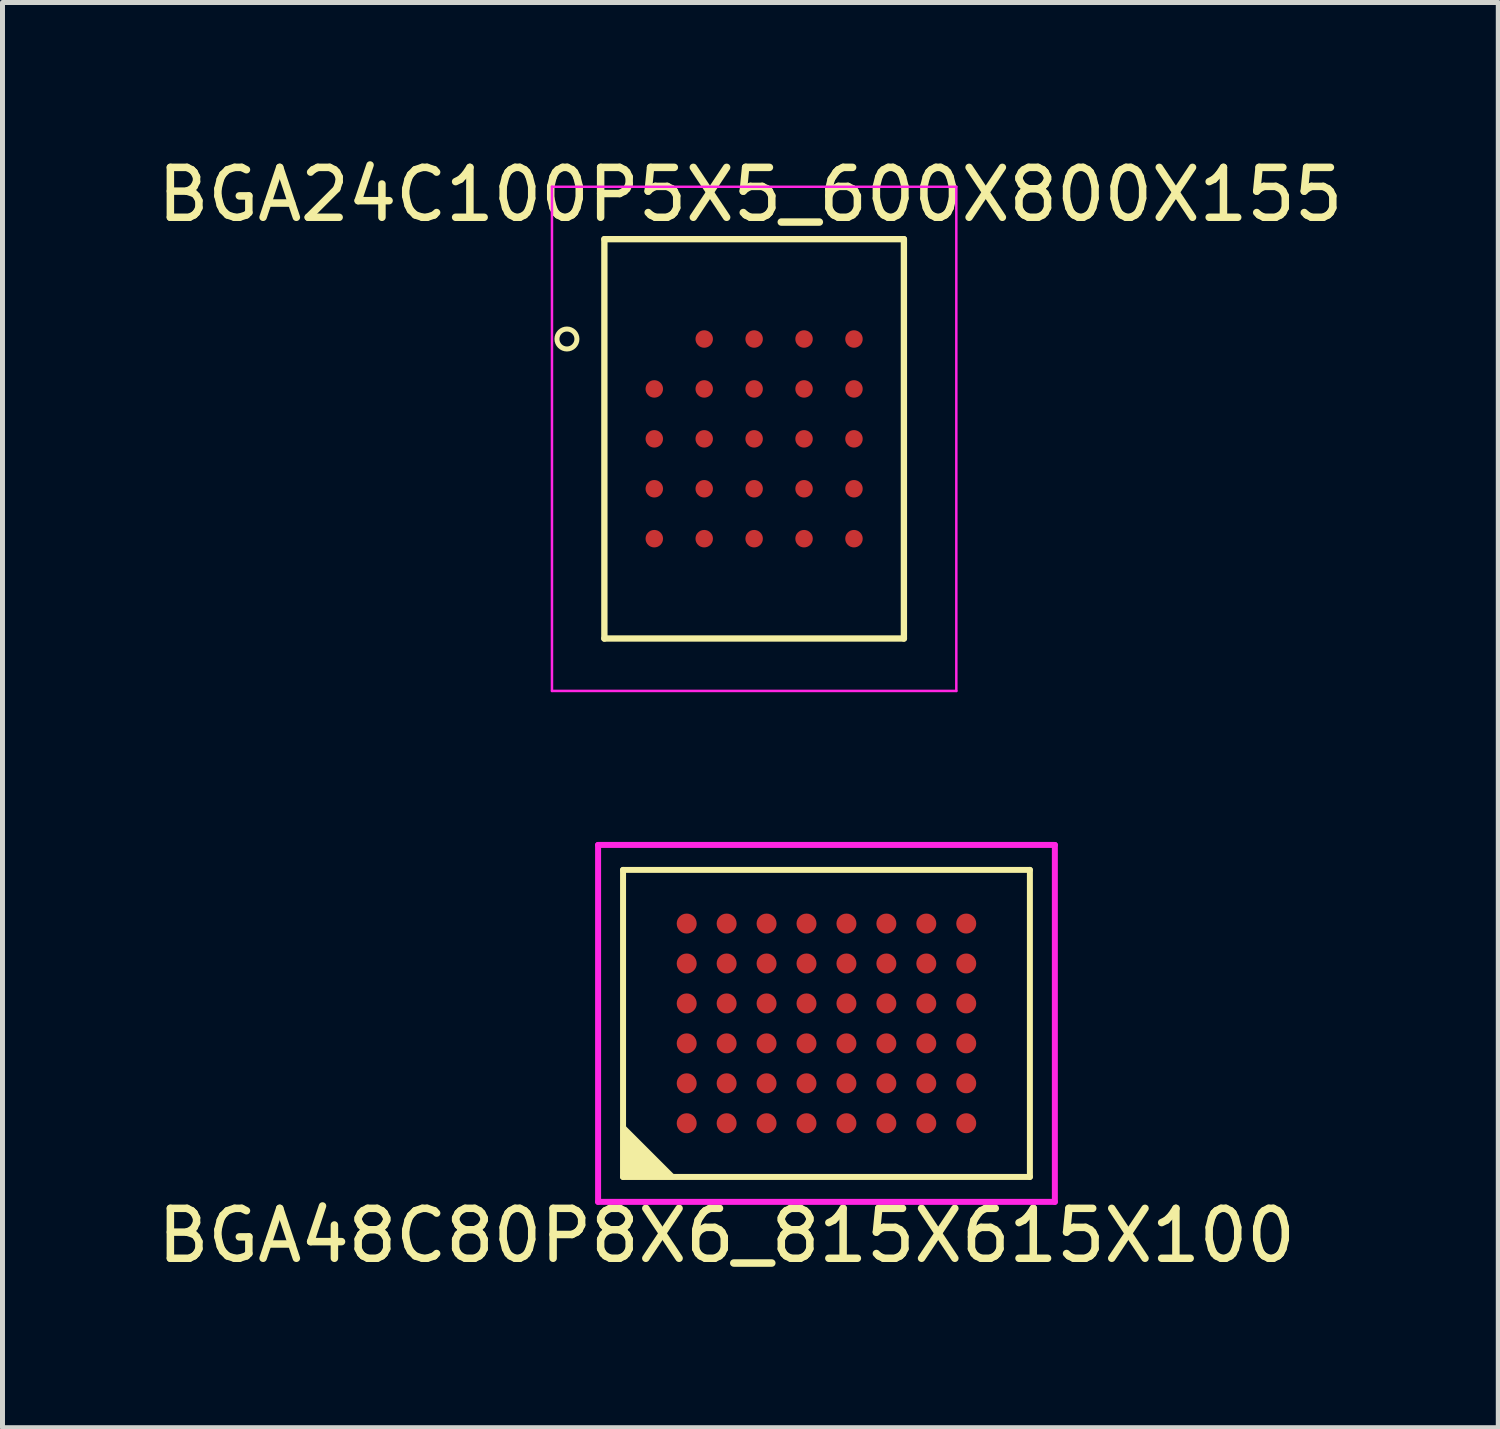
<source format=kicad_pcb>
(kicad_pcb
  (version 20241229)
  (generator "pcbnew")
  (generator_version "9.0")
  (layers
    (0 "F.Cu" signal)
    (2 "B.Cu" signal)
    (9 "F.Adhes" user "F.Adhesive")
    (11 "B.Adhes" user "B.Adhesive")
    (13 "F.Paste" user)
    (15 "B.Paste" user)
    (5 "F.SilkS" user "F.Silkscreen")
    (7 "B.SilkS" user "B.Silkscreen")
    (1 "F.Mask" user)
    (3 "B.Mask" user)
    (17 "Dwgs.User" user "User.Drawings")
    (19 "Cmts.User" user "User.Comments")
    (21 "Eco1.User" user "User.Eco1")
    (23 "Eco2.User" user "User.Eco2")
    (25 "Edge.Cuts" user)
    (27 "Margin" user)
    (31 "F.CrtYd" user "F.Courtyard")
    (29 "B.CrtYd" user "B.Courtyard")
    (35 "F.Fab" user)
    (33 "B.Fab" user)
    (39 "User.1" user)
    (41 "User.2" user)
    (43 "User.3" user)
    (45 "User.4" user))
  (footprint "BGA24C100P5X5_600X800X155"
    (layer "F.Cu")
    (at 12.057 5.741)
    (property "Reference" "BGA24C100P5X5_600X800X155" (at -0.075 -4.893 0) (layer "F.SilkS") (effects (font (size 1 1) (thickness 0.15))))
    (attr through_hole)
    (fp_line (start -3 -4) (end 3 -4) (stroke (width 0.127) (type solid)) (layer "F.SilkS"))
    (fp_line (start -3 4) (end -3 -4) (stroke (width 0.127) (type solid)) (layer "F.SilkS"))
    (fp_line (start 3 -4) (end 3 4) (stroke (width 0.127) (type solid)) (layer "F.SilkS"))
    (fp_line (start 3 4) (end -3 4) (stroke (width 0.127) (type solid)) (layer "F.SilkS"))
    (fp_circle (center -3.75 -2) (end -3.55 -2) (stroke (width 0.1) (type solid)) (fill no) (layer "F.SilkS"))
    (fp_line (start -4.05 -5.05) (end 4.05 -5.05) (stroke (width 0.05) (type solid)) (layer "F.CrtYd"))
    (fp_line (start -4.05 5.05) (end -4.05 -5.05) (stroke (width 0.05) (type solid)) (layer "F.CrtYd"))
    (fp_line (start 4.05 -5.05) (end 4.05 5.05) (stroke (width 0.05) (type solid)) (layer "F.CrtYd"))
    (fp_line (start 4.05 5.05) (end -4.05 5.05) (stroke (width 0.05) (type solid)) (layer "F.CrtYd"))
    (pad "A2" smd circle (at -1 -2) (size 0.35 0.35) (layers "F.Cu" "F.Mask" "F.Paste"))
    (pad "A3" smd circle (at 0 -2) (size 0.35 0.35) (layers "F.Cu" "F.Mask" "F.Paste"))
    (pad "A4" smd circle (at 1 -2) (size 0.35 0.35) (layers "F.Cu" "F.Mask" "F.Paste"))
    (pad "A5" smd circle (at 2 -2) (size 0.35 0.35) (layers "F.Cu" "F.Mask" "F.Paste"))
    (pad "B1" smd circle (at -2 -1) (size 0.35 0.35) (layers "F.Cu" "F.Mask" "F.Paste"))
    (pad "B2" smd circle (at -1 -1) (size 0.35 0.35) (layers "F.Cu" "F.Mask" "F.Paste"))
    (pad "B3" smd circle (at 0 -1) (size 0.35 0.35) (layers "F.Cu" "F.Mask" "F.Paste"))
    (pad "B4" smd circle (at 1 -1) (size 0.35 0.35) (layers "F.Cu" "F.Mask" "F.Paste"))
    (pad "B5" smd circle (at 2 -1) (size 0.35 0.35) (layers "F.Cu" "F.Mask" "F.Paste"))
    (pad "C1" smd circle (at -2 0) (size 0.35 0.35) (layers "F.Cu" "F.Mask" "F.Paste"))
    (pad "C2" smd circle (at -1 0) (size 0.35 0.35) (layers "F.Cu" "F.Mask" "F.Paste"))
    (pad "C3" smd circle (at 0 0) (size 0.35 0.35) (layers "F.Cu" "F.Mask" "F.Paste"))
    (pad "C4" smd circle (at 1 0) (size 0.35 0.35) (layers "F.Cu" "F.Mask" "F.Paste"))
    (pad "C5" smd circle (at 2 0) (size 0.35 0.35) (layers "F.Cu" "F.Mask" "F.Paste"))
    (pad "D1" smd circle (at -2 1) (size 0.35 0.35) (layers "F.Cu" "F.Mask" "F.Paste"))
    (pad "D2" smd circle (at -1 1) (size 0.35 0.35) (layers "F.Cu" "F.Mask" "F.Paste"))
    (pad "D3" smd circle (at 0 1) (size 0.35 0.35) (layers "F.Cu" "F.Mask" "F.Paste"))
    (pad "D4" smd circle (at 1 1) (size 0.35 0.35) (layers "F.Cu" "F.Mask" "F.Paste"))
    (pad "D5" smd circle (at 2 1) (size 0.35 0.35) (layers "F.Cu" "F.Mask" "F.Paste"))
    (pad "E1" smd circle (at -2 2) (size 0.35 0.35) (layers "F.Cu" "F.Mask" "F.Paste"))
    (pad "E2" smd circle (at -1 2) (size 0.35 0.35) (layers "F.Cu" "F.Mask" "F.Paste"))
    (pad "E3" smd circle (at 0 2) (size 0.35 0.35) (layers "F.Cu" "F.Mask" "F.Paste"))
    (pad "E4" smd circle (at 1 2) (size 0.35 0.35) (layers "F.Cu" "F.Mask" "F.Paste"))
    (pad "E5" smd circle (at 2 2) (size 0.35 0.35) (layers "F.Cu" "F.Mask" "F.Paste")))
  (footprint "BGA48C80P8X6_815X615X100"
    (layer "F.Cu")
    (at 13.506 17.451)
    (property "Reference" "BGA48C80P8X6_815X615X100" (at -2 4.25 0) (layer "F.SilkS") (effects (font (size 1 1) (thickness 0.15))))
    (attr through_hole)
    (fp_line (start -4.075 -3.075) (end 4.075 -3.075) (stroke (width 0.12) (type solid)) (layer "F.SilkS"))
    (fp_line (start -4.075 3.075) (end -4.075 -3.075) (stroke (width 0.12) (type solid)) (layer "F.SilkS"))
    (fp_line (start 4.075 -3.075) (end 4.075 3.075) (stroke (width 0.12) (type solid)) (layer "F.SilkS"))
    (fp_line (start 4.075 3.075) (end -4.075 3.075) (stroke (width 0.12) (type solid)) (layer "F.SilkS"))
    (fp_poly (pts (xy -3.075 3.075) (xy -4.075 3.075) (xy -4.075 2.075)) (stroke (width 0.1) (type solid)) (fill yes) (layer "F.SilkS"))
    (fp_line (start -4.575 -3.575) (end 4.575 -3.575) (stroke (width 0.12) (type solid)) (layer "F.CrtYd"))
    (fp_line (start -4.575 3.575) (end -4.575 -3.575) (stroke (width 0.12) (type solid)) (layer "F.CrtYd"))
    (fp_line (start 4.575 -3.575) (end 4.575 3.575) (stroke (width 0.12) (type solid)) (layer "F.CrtYd"))
    (fp_line (start 4.575 3.575) (end -4.575 3.575) (stroke (width 0.12) (type solid)) (layer "F.CrtYd"))
    (pad "A1" smd circle (at -2.8 2) (size 0.4 0.4) (layers "F.Cu" "F.Mask" "F.Paste"))
    (pad "A2" smd circle (at -2.8 1.2) (size 0.4 0.4) (layers "F.Cu" "F.Mask" "F.Paste"))
    (pad "A3" smd circle (at -2.8 0.4) (size 0.4 0.4) (layers "F.Cu" "F.Mask" "F.Paste"))
    (pad "A4" smd circle (at -2.8 -0.4) (size 0.4 0.4) (layers "F.Cu" "F.Mask" "F.Paste"))
    (pad "A5" smd circle (at -2.8 -1.2) (size 0.4 0.4) (layers "F.Cu" "F.Mask" "F.Paste"))
    (pad "A6" smd circle (at -2.8 -2) (size 0.4 0.4) (layers "F.Cu" "F.Mask" "F.Paste"))
    (pad "B1" smd circle (at -2 2) (size 0.4 0.4) (layers "F.Cu" "F.Mask" "F.Paste"))
    (pad "B2" smd circle (at -2 1.2) (size 0.4 0.4) (layers "F.Cu" "F.Mask" "F.Paste"))
    (pad "B3" smd circle (at -2 0.4) (size 0.4 0.4) (layers "F.Cu" "F.Mask" "F.Paste"))
    (pad "B4" smd circle (at -2 -0.4) (size 0.4 0.4) (layers "F.Cu" "F.Mask" "F.Paste"))
    (pad "B5" smd circle (at -2 -1.2) (size 0.4 0.4) (layers "F.Cu" "F.Mask" "F.Paste"))
    (pad "B6" smd circle (at -2 -2) (size 0.4 0.4) (layers "F.Cu" "F.Mask" "F.Paste"))
    (pad "C1" smd circle (at -1.2 2) (size 0.4 0.4) (layers "F.Cu" "F.Mask" "F.Paste"))
    (pad "C2" smd circle (at -1.2 1.2) (size 0.4 0.4) (layers "F.Cu" "F.Mask" "F.Paste"))
    (pad "C3" smd circle (at -1.2 0.4) (size 0.4 0.4) (layers "F.Cu" "F.Mask" "F.Paste"))
    (pad "C4" smd circle (at -1.2 -0.4) (size 0.4 0.4) (layers "F.Cu" "F.Mask" "F.Paste"))
    (pad "C5" smd circle (at -1.2 -1.2) (size 0.4 0.4) (layers "F.Cu" "F.Mask" "F.Paste"))
    (pad "C6" smd circle (at -1.2 -2) (size 0.4 0.4) (layers "F.Cu" "F.Mask" "F.Paste"))
    (pad "D1" smd circle (at -0.4 2) (size 0.4 0.4) (layers "F.Cu" "F.Mask" "F.Paste"))
    (pad "D2" smd circle (at -0.4 1.2) (size 0.4 0.4) (layers "F.Cu" "F.Mask" "F.Paste"))
    (pad "D3" smd circle (at -0.4 0.4) (size 0.4 0.4) (layers "F.Cu" "F.Mask" "F.Paste"))
    (pad "D4" smd circle (at -0.4 -0.4) (size 0.4 0.4) (layers "F.Cu" "F.Mask" "F.Paste"))
    (pad "D5" smd circle (at -0.4 -1.2) (size 0.4 0.4) (layers "F.Cu" "F.Mask" "F.Paste"))
    (pad "D6" smd circle (at -0.4 -2) (size 0.4 0.4) (layers "F.Cu" "F.Mask" "F.Paste"))
    (pad "E1" smd circle (at 0.4 2) (size 0.4 0.4) (layers "F.Cu" "F.Mask" "F.Paste"))
    (pad "E2" smd circle (at 0.4 1.2) (size 0.4 0.4) (layers "F.Cu" "F.Mask" "F.Paste"))
    (pad "E3" smd circle (at 0.4 0.4) (size 0.4 0.4) (layers "F.Cu" "F.Mask" "F.Paste"))
    (pad "E4" smd circle (at 0.4 -0.4) (size 0.4 0.4) (layers "F.Cu" "F.Mask" "F.Paste"))
    (pad "E5" smd circle (at 0.4 -1.2) (size 0.4 0.4) (layers "F.Cu" "F.Mask" "F.Paste"))
    (pad "E6" smd circle (at 0.4 -2) (size 0.4 0.4) (layers "F.Cu" "F.Mask" "F.Paste"))
    (pad "F1" smd circle (at 1.2 2) (size 0.4 0.4) (layers "F.Cu" "F.Mask" "F.Paste"))
    (pad "F2" smd circle (at 1.2 1.2) (size 0.4 0.4) (layers "F.Cu" "F.Mask" "F.Paste"))
    (pad "F3" smd circle (at 1.2 0.4) (size 0.4 0.4) (layers "F.Cu" "F.Mask" "F.Paste"))
    (pad "F4" smd circle (at 1.2 -0.4) (size 0.4 0.4) (layers "F.Cu" "F.Mask" "F.Paste"))
    (pad "F5" smd circle (at 1.2 -1.2) (size 0.4 0.4) (layers "F.Cu" "F.Mask" "F.Paste"))
    (pad "F6" smd circle (at 1.2 -2) (size 0.4 0.4) (layers "F.Cu" "F.Mask" "F.Paste"))
    (pad "G1" smd circle (at 2 2) (size 0.4 0.4) (layers "F.Cu" "F.Mask" "F.Paste"))
    (pad "G2" smd circle (at 2 1.2) (size 0.4 0.4) (layers "F.Cu" "F.Mask" "F.Paste"))
    (pad "G3" smd circle (at 2 0.4) (size 0.4 0.4) (layers "F.Cu" "F.Mask" "F.Paste"))
    (pad "G4" smd circle (at 2 -0.4) (size 0.4 0.4) (layers "F.Cu" "F.Mask" "F.Paste"))
    (pad "G5" smd circle (at 2 -1.2) (size 0.4 0.4) (layers "F.Cu" "F.Mask" "F.Paste"))
    (pad "G6" smd circle (at 2 -2) (size 0.4 0.4) (layers "F.Cu" "F.Mask" "F.Paste"))
    (pad "H1" smd circle (at 2.8 2) (size 0.4 0.4) (layers "F.Cu" "F.Mask" "F.Paste"))
    (pad "H2" smd circle (at 2.8 1.2) (size 0.4 0.4) (layers "F.Cu" "F.Mask" "F.Paste"))
    (pad "H3" smd circle (at 2.8 0.4) (size 0.4 0.4) (layers "F.Cu" "F.Mask" "F.Paste"))
    (pad "H4" smd circle (at 2.8 -0.4) (size 0.4 0.4) (layers "F.Cu" "F.Mask" "F.Paste"))
    (pad "H5" smd circle (at 2.8 -1.2) (size 0.4 0.4) (layers "F.Cu" "F.Mask" "F.Paste"))
    (pad "H6" smd circle (at 2.8 -2) (size 0.4 0.4) (layers "F.Cu" "F.Mask" "F.Paste")))
  (gr_rect
    (start -3 -3)
    (end 26.964 25.55)
    (stroke (width 0.1) (type default))
    (fill no)
    (layer "Edge.Cuts")))
</source>
